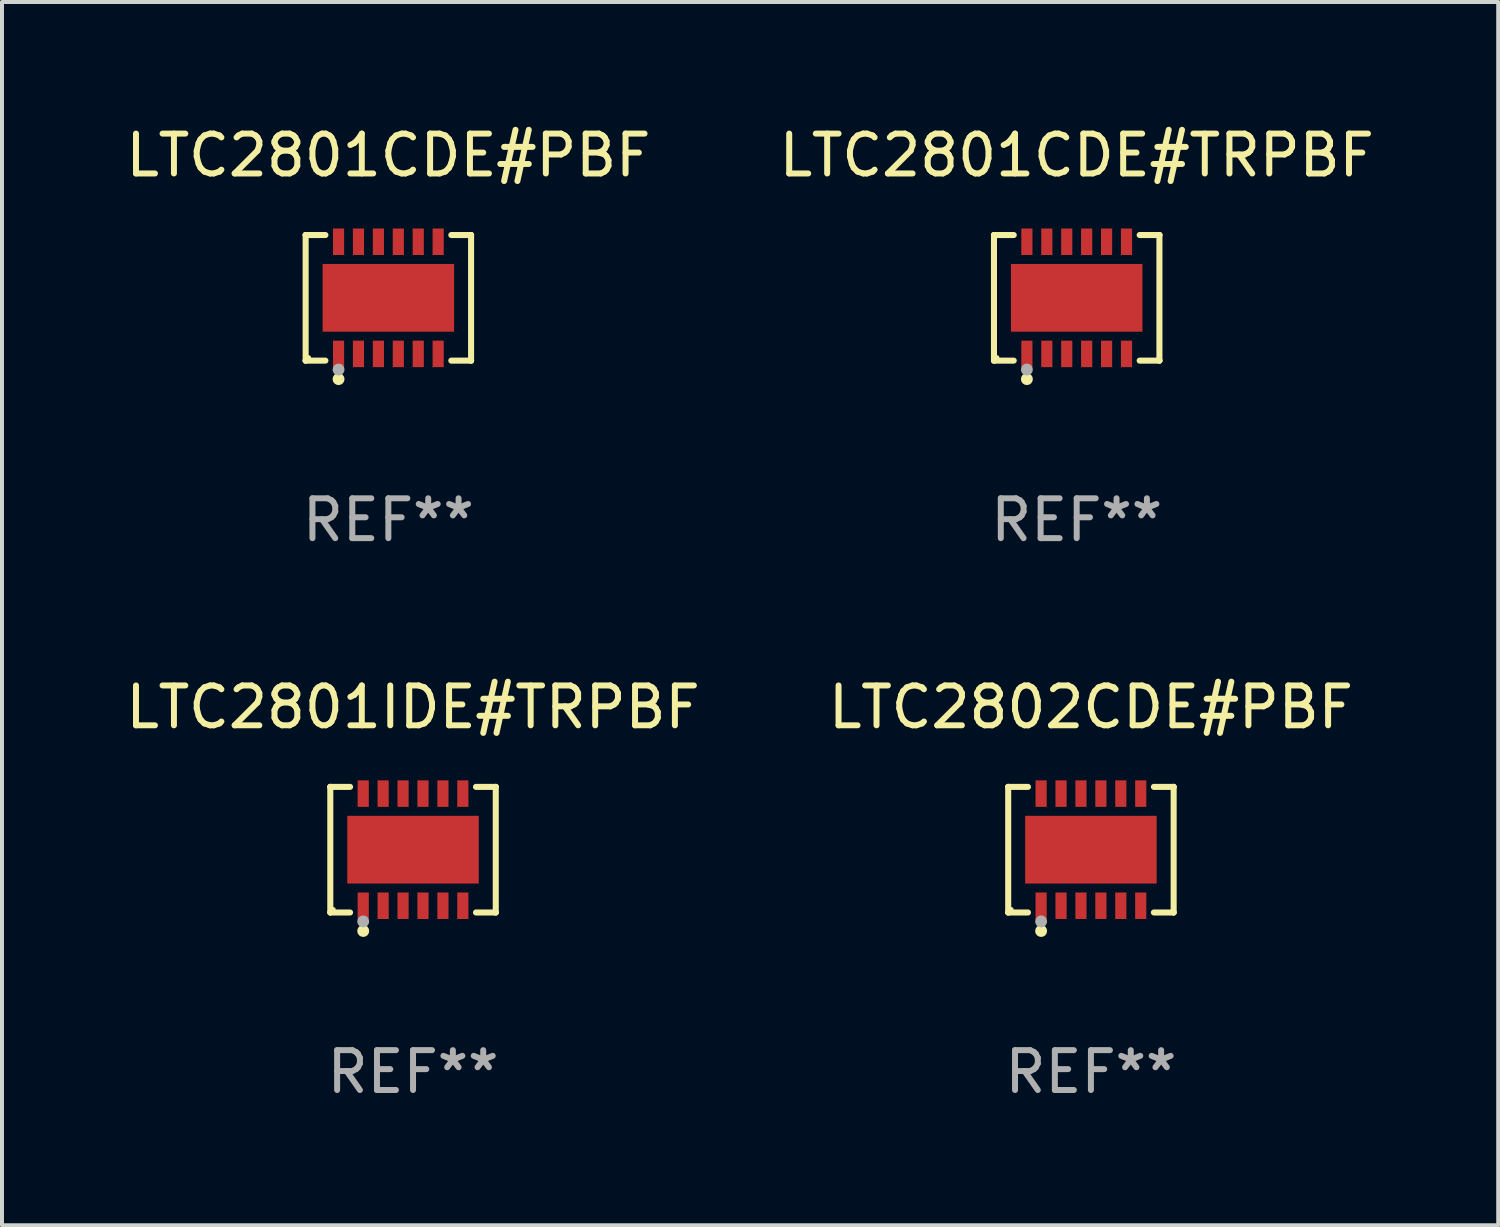
<source format=kicad_pcb>
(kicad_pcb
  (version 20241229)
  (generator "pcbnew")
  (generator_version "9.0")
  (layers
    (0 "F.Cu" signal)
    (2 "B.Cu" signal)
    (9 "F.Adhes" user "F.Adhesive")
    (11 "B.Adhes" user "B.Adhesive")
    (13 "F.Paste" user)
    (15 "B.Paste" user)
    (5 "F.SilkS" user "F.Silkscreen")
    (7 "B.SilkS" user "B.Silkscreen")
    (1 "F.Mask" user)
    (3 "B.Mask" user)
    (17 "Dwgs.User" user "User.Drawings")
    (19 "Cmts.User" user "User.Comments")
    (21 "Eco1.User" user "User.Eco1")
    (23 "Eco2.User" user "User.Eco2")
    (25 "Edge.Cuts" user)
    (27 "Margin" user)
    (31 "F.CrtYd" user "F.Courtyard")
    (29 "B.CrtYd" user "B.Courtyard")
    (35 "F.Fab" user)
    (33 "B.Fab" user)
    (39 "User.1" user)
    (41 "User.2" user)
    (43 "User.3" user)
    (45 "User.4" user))
  (footprint "LTC2801CDE#TRPBF"
    (layer "F.Cu")
    (at 23.97 4.424)
    (property "Reference" "LTC2801CDE#TRPBF" (at 0 -3.576 0) (layer "F.SilkS") (effects (font (size 1 1) (thickness 0.15))))
    (attr through_hole)
    (fp_line (start -2.076 -1.576) (end -2.076 -1.576) (stroke (width 0.152) (type solid)) (layer "F.SilkS"))
    (fp_line (start -2.076 -1.576) (end -1.58 -1.576) (stroke (width 0.152) (type solid)) (layer "F.SilkS"))
    (fp_line (start -2.076 1.576) (end -2.076 -1.576) (stroke (width 0.152) (type solid)) (layer "F.SilkS"))
    (fp_line (start -2.076 1.576) (end -2.076 1.576) (stroke (width 0.152) (type solid)) (layer "F.SilkS"))
    (fp_line (start -1.58 1.576) (end -2.076 1.576) (stroke (width 0.152) (type solid)) (layer "F.SilkS"))
    (fp_line (start 1.58 1.576) (end 2.076 1.576) (stroke (width 0.152) (type solid)) (layer "F.SilkS"))
    (fp_line (start 2.076 -1.576) (end 1.58 -1.576) (stroke (width 0.152) (type solid)) (layer "F.SilkS"))
    (fp_line (start 2.076 -1.576) (end 2.076 -1.576) (stroke (width 0.152) (type solid)) (layer "F.SilkS"))
    (fp_line (start 2.076 1.576) (end 2.076 -1.576) (stroke (width 0.152) (type solid)) (layer "F.SilkS"))
    (fp_line (start 2.076 1.576) (end 2.076 1.576) (stroke (width 0.152) (type solid)) (layer "F.SilkS"))
    (fp_circle (center -2 1.5) (end -1.97 1.5) (stroke (width 0.06) (type solid)) (fill no) (layer "F.SilkS"))
    (fp_circle (center -1.25 2.04) (end -1.175 2.04) (stroke (width 0.15) (type solid)) (fill no) (layer "F.SilkS"))
    (fp_circle (center -1.25 1.8) (end -1.175 1.8) (stroke (width 0.15) (type solid)) (fill no) (layer "F.Fab"))
    (fp_text user "REF**" (at 0 5.576 0) (layer "F.Fab") (effects (font (size 1 1) (thickness 0.15))))
    (pad "1" smd rect (at -1.25 1.407) (size 0.28 0.665) (layers "F.Cu" "F.Mask" "F.Paste"))
    (pad "2" smd rect (at -0.75 1.407) (size 0.28 0.665) (layers "F.Cu" "F.Mask" "F.Paste"))
    (pad "3" smd rect (at -0.25 1.407) (size 0.28 0.665) (layers "F.Cu" "F.Mask" "F.Paste"))
    (pad "4" smd rect (at 0.25 1.407) (size 0.28 0.665) (layers "F.Cu" "F.Mask" "F.Paste"))
    (pad "5" smd rect (at 0.75 1.407) (size 0.28 0.665) (layers "F.Cu" "F.Mask" "F.Paste"))
    (pad "6" smd rect (at 1.25 1.407) (size 0.28 0.665) (layers "F.Cu" "F.Mask" "F.Paste"))
    (pad "7" smd rect (at 1.25 -1.407) (size 0.28 0.665) (layers "F.Cu" "F.Mask" "F.Paste"))
    (pad "8" smd rect (at 0.75 -1.407) (size 0.28 0.665) (layers "F.Cu" "F.Mask" "F.Paste"))
    (pad "9" smd rect (at 0.25 -1.407) (size 0.28 0.665) (layers "F.Cu" "F.Mask" "F.Paste"))
    (pad "10" smd rect (at -0.25 -1.407) (size 0.28 0.665) (layers "F.Cu" "F.Mask" "F.Paste"))
    (pad "11" smd rect (at -0.75 -1.407) (size 0.28 0.665) (layers "F.Cu" "F.Mask" "F.Paste"))
    (pad "12" smd rect (at -1.25 -1.407) (size 0.28 0.665) (layers "F.Cu" "F.Mask" "F.Paste"))
    (pad "13" smd rect (at 0 0) (size 3.3 1.7) (layers "F.Cu" "F.Mask" "F.Paste")))
  (footprint "LTC2801IDE#TRPBF"
    (layer "F.Cu")
    (at 7.315 18.273)
    (property "Reference" "LTC2801IDE#TRPBF" (at 0 -3.576 0) (layer "F.SilkS") (effects (font (size 1 1) (thickness 0.15))))
    (attr through_hole)
    (fp_line (start -2.076 -1.576) (end -2.076 -1.576) (stroke (width 0.152) (type solid)) (layer "F.SilkS"))
    (fp_line (start -2.076 -1.576) (end -1.58 -1.576) (stroke (width 0.152) (type solid)) (layer "F.SilkS"))
    (fp_line (start -2.076 1.576) (end -2.076 -1.576) (stroke (width 0.152) (type solid)) (layer "F.SilkS"))
    (fp_line (start -2.076 1.576) (end -2.076 1.576) (stroke (width 0.152) (type solid)) (layer "F.SilkS"))
    (fp_line (start -1.58 1.576) (end -2.076 1.576) (stroke (width 0.152) (type solid)) (layer "F.SilkS"))
    (fp_line (start 1.58 1.576) (end 2.076 1.576) (stroke (width 0.152) (type solid)) (layer "F.SilkS"))
    (fp_line (start 2.076 -1.576) (end 1.58 -1.576) (stroke (width 0.152) (type solid)) (layer "F.SilkS"))
    (fp_line (start 2.076 -1.576) (end 2.076 -1.576) (stroke (width 0.152) (type solid)) (layer "F.SilkS"))
    (fp_line (start 2.076 1.576) (end 2.076 -1.576) (stroke (width 0.152) (type solid)) (layer "F.SilkS"))
    (fp_line (start 2.076 1.576) (end 2.076 1.576) (stroke (width 0.152) (type solid)) (layer "F.SilkS"))
    (fp_circle (center -2 1.5) (end -1.97 1.5) (stroke (width 0.06) (type solid)) (fill no) (layer "F.SilkS"))
    (fp_circle (center -1.25 2.04) (end -1.175 2.04) (stroke (width 0.15) (type solid)) (fill no) (layer "F.SilkS"))
    (fp_circle (center -1.25 1.8) (end -1.175 1.8) (stroke (width 0.15) (type solid)) (fill no) (layer "F.Fab"))
    (fp_text user "REF**" (at 0 5.576 0) (layer "F.Fab") (effects (font (size 1 1) (thickness 0.15))))
    (pad "1" smd rect (at -1.25 1.407) (size 0.28 0.665) (layers "F.Cu" "F.Mask" "F.Paste"))
    (pad "2" smd rect (at -0.75 1.407) (size 0.28 0.665) (layers "F.Cu" "F.Mask" "F.Paste"))
    (pad "3" smd rect (at -0.25 1.407) (size 0.28 0.665) (layers "F.Cu" "F.Mask" "F.Paste"))
    (pad "4" smd rect (at 0.25 1.407) (size 0.28 0.665) (layers "F.Cu" "F.Mask" "F.Paste"))
    (pad "5" smd rect (at 0.75 1.407) (size 0.28 0.665) (layers "F.Cu" "F.Mask" "F.Paste"))
    (pad "6" smd rect (at 1.25 1.407) (size 0.28 0.665) (layers "F.Cu" "F.Mask" "F.Paste"))
    (pad "7" smd rect (at 1.25 -1.407) (size 0.28 0.665) (layers "F.Cu" "F.Mask" "F.Paste"))
    (pad "8" smd rect (at 0.75 -1.407) (size 0.28 0.665) (layers "F.Cu" "F.Mask" "F.Paste"))
    (pad "9" smd rect (at 0.25 -1.407) (size 0.28 0.665) (layers "F.Cu" "F.Mask" "F.Paste"))
    (pad "10" smd rect (at -0.25 -1.407) (size 0.28 0.665) (layers "F.Cu" "F.Mask" "F.Paste"))
    (pad "11" smd rect (at -0.75 -1.407) (size 0.28 0.665) (layers "F.Cu" "F.Mask" "F.Paste"))
    (pad "12" smd rect (at -1.25 -1.407) (size 0.28 0.665) (layers "F.Cu" "F.Mask" "F.Paste"))
    (pad "13" smd rect (at 0 0) (size 3.3 1.7) (layers "F.Cu" "F.Mask" "F.Paste")))
  (footprint "LTC2802CDE#PBF"
    (layer "F.Cu")
    (at 24.327 18.273)
    (property "Reference" "LTC2802CDE#PBF" (at 0 -3.576 0) (layer "F.SilkS") (effects (font (size 1 1) (thickness 0.15))))
    (attr through_hole)
    (fp_line (start -2.076 -1.576) (end -2.076 -1.576) (stroke (width 0.152) (type solid)) (layer "F.SilkS"))
    (fp_line (start -2.076 -1.576) (end -1.58 -1.576) (stroke (width 0.152) (type solid)) (layer "F.SilkS"))
    (fp_line (start -2.076 1.576) (end -2.076 -1.576) (stroke (width 0.152) (type solid)) (layer "F.SilkS"))
    (fp_line (start -2.076 1.576) (end -2.076 1.576) (stroke (width 0.152) (type solid)) (layer "F.SilkS"))
    (fp_line (start -1.58 1.576) (end -2.076 1.576) (stroke (width 0.152) (type solid)) (layer "F.SilkS"))
    (fp_line (start 1.58 1.576) (end 2.076 1.576) (stroke (width 0.152) (type solid)) (layer "F.SilkS"))
    (fp_line (start 2.076 -1.576) (end 1.58 -1.576) (stroke (width 0.152) (type solid)) (layer "F.SilkS"))
    (fp_line (start 2.076 -1.576) (end 2.076 -1.576) (stroke (width 0.152) (type solid)) (layer "F.SilkS"))
    (fp_line (start 2.076 1.576) (end 2.076 -1.576) (stroke (width 0.152) (type solid)) (layer "F.SilkS"))
    (fp_line (start 2.076 1.576) (end 2.076 1.576) (stroke (width 0.152) (type solid)) (layer "F.SilkS"))
    (fp_circle (center -2 1.5) (end -1.97 1.5) (stroke (width 0.06) (type solid)) (fill no) (layer "F.SilkS"))
    (fp_circle (center -1.25 2.04) (end -1.175 2.04) (stroke (width 0.15) (type solid)) (fill no) (layer "F.SilkS"))
    (fp_circle (center -1.25 1.8) (end -1.175 1.8) (stroke (width 0.15) (type solid)) (fill no) (layer "F.Fab"))
    (fp_text user "REF**" (at 0 5.576 0) (layer "F.Fab") (effects (font (size 1 1) (thickness 0.15))))
    (pad "1" smd rect (at -1.25 1.407) (size 0.28 0.665) (layers "F.Cu" "F.Mask" "F.Paste"))
    (pad "2" smd rect (at -0.75 1.407) (size 0.28 0.665) (layers "F.Cu" "F.Mask" "F.Paste"))
    (pad "3" smd rect (at -0.25 1.407) (size 0.28 0.665) (layers "F.Cu" "F.Mask" "F.Paste"))
    (pad "4" smd rect (at 0.25 1.407) (size 0.28 0.665) (layers "F.Cu" "F.Mask" "F.Paste"))
    (pad "5" smd rect (at 0.75 1.407) (size 0.28 0.665) (layers "F.Cu" "F.Mask" "F.Paste"))
    (pad "6" smd rect (at 1.25 1.407) (size 0.28 0.665) (layers "F.Cu" "F.Mask" "F.Paste"))
    (pad "7" smd rect (at 1.25 -1.407) (size 0.28 0.665) (layers "F.Cu" "F.Mask" "F.Paste"))
    (pad "8" smd rect (at 0.75 -1.407) (size 0.28 0.665) (layers "F.Cu" "F.Mask" "F.Paste"))
    (pad "9" smd rect (at 0.25 -1.407) (size 0.28 0.665) (layers "F.Cu" "F.Mask" "F.Paste"))
    (pad "10" smd rect (at -0.25 -1.407) (size 0.28 0.665) (layers "F.Cu" "F.Mask" "F.Paste"))
    (pad "11" smd rect (at -0.75 -1.407) (size 0.28 0.665) (layers "F.Cu" "F.Mask" "F.Paste"))
    (pad "12" smd rect (at -1.25 -1.407) (size 0.28 0.665) (layers "F.Cu" "F.Mask" "F.Paste"))
    (pad "13" smd rect (at 0 0) (size 3.3 1.7) (layers "F.Cu" "F.Mask" "F.Paste")))
  (footprint "LTC2801CDE#PBF"
    (layer "F.Cu")
    (at 6.696 4.424)
    (property "Reference" "LTC2801CDE#PBF" (at 0 -3.576 0) (layer "F.SilkS") (effects (font (size 1 1) (thickness 0.15))))
    (attr through_hole)
    (fp_line (start -2.076 -1.576) (end -2.076 -1.576) (stroke (width 0.152) (type solid)) (layer "F.SilkS"))
    (fp_line (start -2.076 -1.576) (end -1.58 -1.576) (stroke (width 0.152) (type solid)) (layer "F.SilkS"))
    (fp_line (start -2.076 1.576) (end -2.076 -1.576) (stroke (width 0.152) (type solid)) (layer "F.SilkS"))
    (fp_line (start -2.076 1.576) (end -2.076 1.576) (stroke (width 0.152) (type solid)) (layer "F.SilkS"))
    (fp_line (start -1.58 1.576) (end -2.076 1.576) (stroke (width 0.152) (type solid)) (layer "F.SilkS"))
    (fp_line (start 1.58 1.576) (end 2.076 1.576) (stroke (width 0.152) (type solid)) (layer "F.SilkS"))
    (fp_line (start 2.076 -1.576) (end 1.58 -1.576) (stroke (width 0.152) (type solid)) (layer "F.SilkS"))
    (fp_line (start 2.076 -1.576) (end 2.076 -1.576) (stroke (width 0.152) (type solid)) (layer "F.SilkS"))
    (fp_line (start 2.076 1.576) (end 2.076 -1.576) (stroke (width 0.152) (type solid)) (layer "F.SilkS"))
    (fp_line (start 2.076 1.576) (end 2.076 1.576) (stroke (width 0.152) (type solid)) (layer "F.SilkS"))
    (fp_circle (center -2 1.5) (end -1.97 1.5) (stroke (width 0.06) (type solid)) (fill no) (layer "F.SilkS"))
    (fp_circle (center -1.25 2.04) (end -1.175 2.04) (stroke (width 0.15) (type solid)) (fill no) (layer "F.SilkS"))
    (fp_circle (center -1.25 1.8) (end -1.175 1.8) (stroke (width 0.15) (type solid)) (fill no) (layer "F.Fab"))
    (fp_text user "REF**" (at 0 5.576 0) (layer "F.Fab") (effects (font (size 1 1) (thickness 0.15))))
    (pad "1" smd rect (at -1.25 1.407) (size 0.28 0.665) (layers "F.Cu" "F.Mask" "F.Paste"))
    (pad "2" smd rect (at -0.75 1.407) (size 0.28 0.665) (layers "F.Cu" "F.Mask" "F.Paste"))
    (pad "3" smd rect (at -0.25 1.407) (size 0.28 0.665) (layers "F.Cu" "F.Mask" "F.Paste"))
    (pad "4" smd rect (at 0.25 1.407) (size 0.28 0.665) (layers "F.Cu" "F.Mask" "F.Paste"))
    (pad "5" smd rect (at 0.75 1.407) (size 0.28 0.665) (layers "F.Cu" "F.Mask" "F.Paste"))
    (pad "6" smd rect (at 1.25 1.407) (size 0.28 0.665) (layers "F.Cu" "F.Mask" "F.Paste"))
    (pad "7" smd rect (at 1.25 -1.407) (size 0.28 0.665) (layers "F.Cu" "F.Mask" "F.Paste"))
    (pad "8" smd rect (at 0.75 -1.407) (size 0.28 0.665) (layers "F.Cu" "F.Mask" "F.Paste"))
    (pad "9" smd rect (at 0.25 -1.407) (size 0.28 0.665) (layers "F.Cu" "F.Mask" "F.Paste"))
    (pad "10" smd rect (at -0.25 -1.407) (size 0.28 0.665) (layers "F.Cu" "F.Mask" "F.Paste"))
    (pad "11" smd rect (at -0.75 -1.407) (size 0.28 0.665) (layers "F.Cu" "F.Mask" "F.Paste"))
    (pad "12" smd rect (at -1.25 -1.407) (size 0.28 0.665) (layers "F.Cu" "F.Mask" "F.Paste"))
    (pad "13" smd rect (at 0 0) (size 3.3 1.7) (layers "F.Cu" "F.Mask" "F.Paste")))
  (gr_rect
    (start -3 -3)
    (end 34.548 27.698)
    (stroke (width 0.1) (type default))
    (fill no)
    (layer "Edge.Cuts")))
</source>
